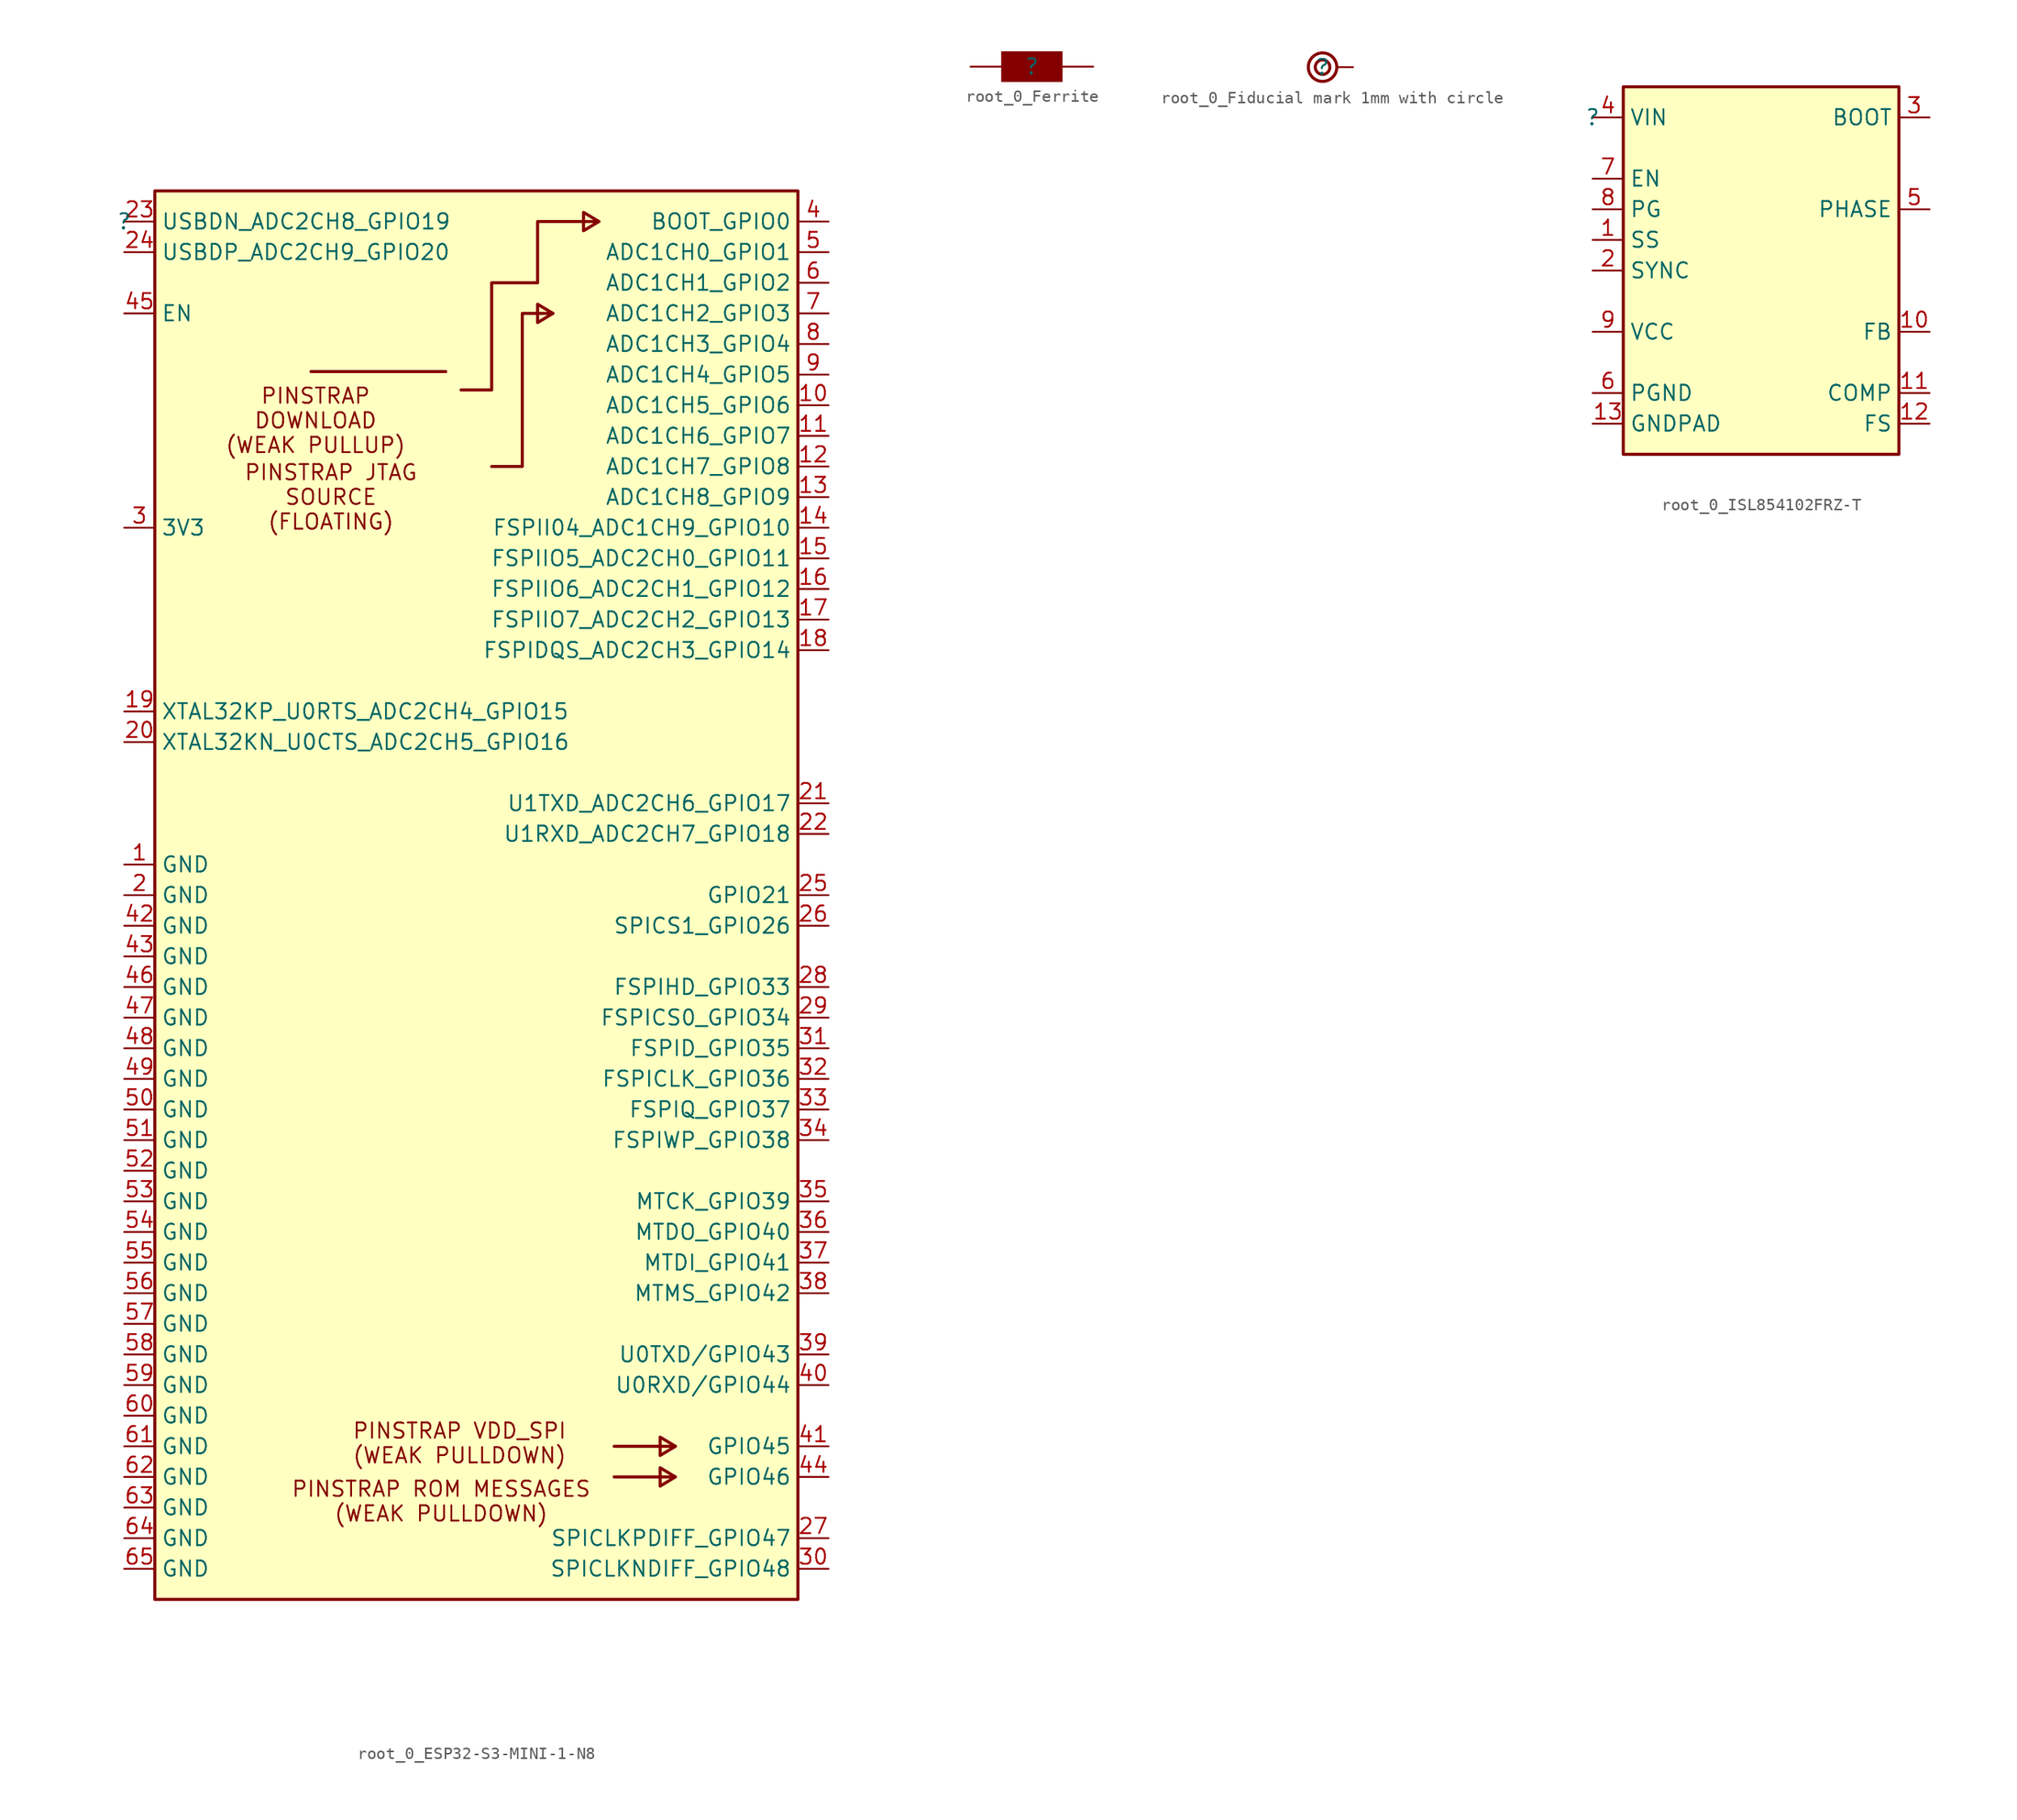
<source format=kicad_sym>
(kicad_symbol_lib
  (version 20231120)
  (generator "kicad_symbol_editor")
  (generator_version "8.0")
  (symbol "root_0_ESP32-S3-MINI-1-N8"
    (property "Reference" ""
      (at 0 0 0)
      (effects (font (size 1.27 1.27))))
    (property "Value" ""
      (at 0 0 0)
      (effects (font (size 1.27 1.27))))
    (symbol "root_0_ESP32-S3-MINI-1-N8_1_0"
      (polyline (pts (xy 15.494 -12.446) (xy 26.67 -12.446)) (stroke (width 0.254) (type solid)) (fill (type none)))
      (polyline (pts (xy 45.72 -104.14) (xy 40.64 -104.14)) (stroke (width 0.254) (type solid)) (fill (type none)))
      (polyline (pts (xy 45.72 -101.6) (xy 40.64 -101.6)) (stroke (width 0.254) (type solid)) (fill (type none)))
      (polyline (pts (xy 35.56 -7.62) (xy 33.02 -7.62) (xy 33.02 -20.32) (xy 30.48 -20.32)) (stroke (width 0.254) (type solid)) (fill (type none)))
      (polyline (pts (xy 35.56 -7.62) (xy 34.29 -6.858) (xy 34.29 -8.382) (xy 35.56 -7.62)) (stroke (width 0.254) (type solid)) (fill (type none)))
      (polyline (pts (xy 39.37 0) (xy 38.1 0.762) (xy 38.1 -0.762) (xy 39.37 0)) (stroke (width 0.254) (type solid)) (fill (type none)))
      (polyline (pts (xy 45.72 -104.14) (xy 44.45 -103.378) (xy 44.45 -104.902) (xy 45.72 -104.14)) (stroke (width 0.254) (type solid)) (fill (type none)))
      (polyline (pts (xy 45.72 -101.6) (xy 44.45 -100.838) (xy 44.45 -102.362) (xy 45.72 -101.6)) (stroke (width 0.254) (type solid)) (fill (type none)))
      (polyline (pts (xy 39.37 0) (xy 34.29 0) (xy 34.29 -5.08) (xy 30.48 -5.08) (xy 30.48 -13.97) (xy 27.94 -13.97)) (stroke (width 0.254) (type solid)) (fill (type none)))
      (rectangle (start 55.88 2.54) (end 2.54 -114.3) (stroke (width 0.254) (type solid) (color 128 0 0 1)) (fill (type background)))
      (text_box "PINSTRAP DOWNLOAD\n(WEAK PULLUP)" (at 26.67 -12.7 0) (size -21.59 -5.08) (stroke (width -0.0001) (type default)) (fill (type none)) (effects (font (size 1.27 1.27)) (justify top)))
      (text_box "PINSTRAP JTAG SOURCE\n(FLOATING)" (at 29.21 -19.05 0) (size -24.13 -5.08) (stroke (width -0.0001) (type default)) (fill (type none)) (effects (font (size 1.27 1.27)) (justify top)))
      (text_box "PINSTRAP ROM MESSAGES\n(WEAK PULLDOWN)" (at 39.878 -103.378 0) (size -27.178 -4.318) (stroke (width -0.0001) (type default)) (fill (type none)) (effects (font (size 1.27 1.27)) (justify top)))
      (text_box "PINSTRAP VDD_SPI\n(WEAK PULLDOWN)" (at 39.878 -98.552 0) (size -24.13 -5.08) (stroke (width -0.0001) (type default)) (fill (type none)) (effects (font (size 1.27 1.27)) (justify top)))
      (pin passive line (at 0 -53.34 0) (length 2.54) (name "GND" (effects (font (size 1.27 1.27)))) (number "1" (effects (font (size 1.27 1.27)))))
      (pin passive line (at 58.42 -15.24 180) (length 2.54) (name "ADC1CH5_GPIO6" (effects (font (size 1.27 1.27)))) (number "10" (effects (font (size 1.27 1.27)))))
      (pin passive line (at 58.42 -17.78 180) (length 2.54) (name "ADC1CH6_GPIO7" (effects (font (size 1.27 1.27)))) (number "11" (effects (font (size 1.27 1.27)))))
      (pin passive line (at 58.42 -20.32 180) (length 2.54) (name "ADC1CH7_GPIO8" (effects (font (size 1.27 1.27)))) (number "12" (effects (font (size 1.27 1.27)))))
      (pin passive line (at 58.42 -22.86 180) (length 2.54) (name "ADC1CH8_GPIO9" (effects (font (size 1.27 1.27)))) (number "13" (effects (font (size 1.27 1.27)))))
      (pin passive line (at 58.42 -25.4 180) (length 2.54) (name "FSPII04_ADC1CH9_GPIO10" (effects (font (size 1.27 1.27)))) (number "14" (effects (font (size 1.27 1.27)))))
      (pin passive line (at 58.42 -27.94 180) (length 2.54) (name "FSPIIO5_ADC2CH0_GPIO11" (effects (font (size 1.27 1.27)))) (number "15" (effects (font (size 1.27 1.27)))))
      (pin passive line (at 58.42 -30.48 180) (length 2.54) (name "FSPIIO6_ADC2CH1_GPIO12" (effects (font (size 1.27 1.27)))) (number "16" (effects (font (size 1.27 1.27)))))
      (pin passive line (at 58.42 -33.02 180) (length 2.54) (name "FSPIIO7_ADC2CH2_GPIO13" (effects (font (size 1.27 1.27)))) (number "17" (effects (font (size 1.27 1.27)))))
      (pin passive line (at 58.42 -35.56 180) (length 2.54) (name "FSPIDQS_ADC2CH3_GPIO14" (effects (font (size 1.27 1.27)))) (number "18" (effects (font (size 1.27 1.27)))))
      (pin passive line (at 0 -40.64 0) (length 2.54) (name "XTAL32KP_U0RTS_ADC2CH4_GPIO15" (effects (font (size 1.27 1.27)))) (number "19" (effects (font (size 1.27 1.27)))))
      (pin passive line (at 0 -55.88 0) (length 2.54) (name "GND" (effects (font (size 1.27 1.27)))) (number "2" (effects (font (size 1.27 1.27)))))
      (pin passive line (at 0 -43.18 0) (length 2.54) (name "XTAL32KN_U0CTS_ADC2CH5_GPIO16" (effects (font (size 1.27 1.27)))) (number "20" (effects (font (size 1.27 1.27)))))
      (pin passive line (at 58.42 -48.26 180) (length 2.54) (name "U1TXD_ADC2CH6_GPIO17" (effects (font (size 1.27 1.27)))) (number "21" (effects (font (size 1.27 1.27)))))
      (pin passive line (at 58.42 -50.8 180) (length 2.54) (name "U1RXD_ADC2CH7_GPIO18" (effects (font (size 1.27 1.27)))) (number "22" (effects (font (size 1.27 1.27)))))
      (pin passive line (at 0 0 0) (length 2.54) (name "USBDN_ADC2CH8_GPIO19" (effects (font (size 1.27 1.27)))) (number "23" (effects (font (size 1.27 1.27)))))
      (pin passive line (at 0 -2.54 0) (length 2.54) (name "USBDP_ADC2CH9_GPIO20" (effects (font (size 1.27 1.27)))) (number "24" (effects (font (size 1.27 1.27)))))
      (pin passive line (at 58.42 -55.88 180) (length 2.54) (name "GPIO21" (effects (font (size 1.27 1.27)))) (number "25" (effects (font (size 1.27 1.27)))))
      (pin passive line (at 58.42 -58.42 180) (length 2.54) (name "SPICS1_GPIO26" (effects (font (size 1.27 1.27)))) (number "26" (effects (font (size 1.27 1.27)))))
      (pin passive line (at 58.42 -109.22 180) (length 2.54) (name "SPICLKPDIFF_GPIO47" (effects (font (size 1.27 1.27)))) (number "27" (effects (font (size 1.27 1.27)))))
      (pin passive line (at 58.42 -63.5 180) (length 2.54) (name "FSPIHD_GPIO33" (effects (font (size 1.27 1.27)))) (number "28" (effects (font (size 1.27 1.27)))))
      (pin passive line (at 58.42 -66.04 180) (length 2.54) (name "FSPICS0_GPIO34" (effects (font (size 1.27 1.27)))) (number "29" (effects (font (size 1.27 1.27)))))
      (pin passive line (at 0 -25.4 0) (length 2.54) (name "3V3" (effects (font (size 1.27 1.27)))) (number "3" (effects (font (size 1.27 1.27)))))
      (pin passive line (at 58.42 -111.76 180) (length 2.54) (name "SPICLKNDIFF_GPIO48" (effects (font (size 1.27 1.27)))) (number "30" (effects (font (size 1.27 1.27)))))
      (pin passive line (at 58.42 -68.58 180) (length 2.54) (name "FSPID_GPIO35" (effects (font (size 1.27 1.27)))) (number "31" (effects (font (size 1.27 1.27)))))
      (pin passive line (at 58.42 -71.12 180) (length 2.54) (name "FSPICLK_GPIO36" (effects (font (size 1.27 1.27)))) (number "32" (effects (font (size 1.27 1.27)))))
      (pin passive line (at 58.42 -73.66 180) (length 2.54) (name "FSPIQ_GPIO37" (effects (font (size 1.27 1.27)))) (number "33" (effects (font (size 1.27 1.27)))))
      (pin passive line (at 58.42 -76.2 180) (length 2.54) (name "FSPIWP_GPIO38" (effects (font (size 1.27 1.27)))) (number "34" (effects (font (size 1.27 1.27)))))
      (pin passive line (at 58.42 -81.28 180) (length 2.54) (name "MTCK_GPIO39" (effects (font (size 1.27 1.27)))) (number "35" (effects (font (size 1.27 1.27)))))
      (pin passive line (at 58.42 -83.82 180) (length 2.54) (name "MTDO_GPIO40" (effects (font (size 1.27 1.27)))) (number "36" (effects (font (size 1.27 1.27)))))
      (pin passive line (at 58.42 -86.36 180) (length 2.54) (name "MTDI_GPIO41" (effects (font (size 1.27 1.27)))) (number "37" (effects (font (size 1.27 1.27)))))
      (pin passive line (at 58.42 -88.9 180) (length 2.54) (name "MTMS_GPIO42" (effects (font (size 1.27 1.27)))) (number "38" (effects (font (size 1.27 1.27)))))
      (pin passive line (at 58.42 -93.98 180) (length 2.54) (name "U0TXD/GPIO43" (effects (font (size 1.27 1.27)))) (number "39" (effects (font (size 1.27 1.27)))))
      (pin passive line (at 58.42 0 180) (length 2.54) (name "BOOT_GPIO0" (effects (font (size 1.27 1.27)))) (number "4" (effects (font (size 1.27 1.27)))))
      (pin passive line (at 58.42 -96.52 180) (length 2.54) (name "U0RXD/GPIO44" (effects (font (size 1.27 1.27)))) (number "40" (effects (font (size 1.27 1.27)))))
      (pin passive line (at 58.42 -101.6 180) (length 2.54) (name "GPIO45" (effects (font (size 1.27 1.27)))) (number "41" (effects (font (size 1.27 1.27)))))
      (pin passive line (at 0 -58.42 0) (length 2.54) (name "GND" (effects (font (size 1.27 1.27)))) (number "42" (effects (font (size 1.27 1.27)))))
      (pin passive line (at 0 -60.96 0) (length 2.54) (name "GND" (effects (font (size 1.27 1.27)))) (number "43" (effects (font (size 1.27 1.27)))))
      (pin passive line (at 58.42 -104.14 180) (length 2.54) (name "GPIO46" (effects (font (size 1.27 1.27)))) (number "44" (effects (font (size 1.27 1.27)))))
      (pin passive line (at 0 -7.62 0) (length 2.54) (name "EN" (effects (font (size 1.27 1.27)))) (number "45" (effects (font (size 1.27 1.27)))))
      (pin passive line (at 0 -63.5 0) (length 2.54) (name "GND" (effects (font (size 1.27 1.27)))) (number "46" (effects (font (size 1.27 1.27)))))
      (pin passive line (at 0 -66.04 0) (length 2.54) (name "GND" (effects (font (size 1.27 1.27)))) (number "47" (effects (font (size 1.27 1.27)))))
      (pin passive line (at 0 -68.58 0) (length 2.54) (name "GND" (effects (font (size 1.27 1.27)))) (number "48" (effects (font (size 1.27 1.27)))))
      (pin passive line (at 0 -71.12 0) (length 2.54) (name "GND" (effects (font (size 1.27 1.27)))) (number "49" (effects (font (size 1.27 1.27)))))
      (pin passive line (at 58.42 -2.54 180) (length 2.54) (name "ADC1CH0_GPIO1" (effects (font (size 1.27 1.27)))) (number "5" (effects (font (size 1.27 1.27)))))
      (pin passive line (at 0 -73.66 0) (length 2.54) (name "GND" (effects (font (size 1.27 1.27)))) (number "50" (effects (font (size 1.27 1.27)))))
      (pin passive line (at 0 -76.2 0) (length 2.54) (name "GND" (effects (font (size 1.27 1.27)))) (number "51" (effects (font (size 1.27 1.27)))))
      (pin passive line (at 0 -78.74 0) (length 2.54) (name "GND" (effects (font (size 1.27 1.27)))) (number "52" (effects (font (size 1.27 1.27)))))
      (pin passive line (at 0 -81.28 0) (length 2.54) (name "GND" (effects (font (size 1.27 1.27)))) (number "53" (effects (font (size 1.27 1.27)))))
      (pin passive line (at 0 -83.82 0) (length 2.54) (name "GND" (effects (font (size 1.27 1.27)))) (number "54" (effects (font (size 1.27 1.27)))))
      (pin passive line (at 0 -86.36 0) (length 2.54) (name "GND" (effects (font (size 1.27 1.27)))) (number "55" (effects (font (size 1.27 1.27)))))
      (pin passive line (at 0 -88.9 0) (length 2.54) (name "GND" (effects (font (size 1.27 1.27)))) (number "56" (effects (font (size 1.27 1.27)))))
      (pin passive line (at 0 -91.44 0) (length 2.54) (name "GND" (effects (font (size 1.27 1.27)))) (number "57" (effects (font (size 1.27 1.27)))))
      (pin passive line (at 0 -93.98 0) (length 2.54) (name "GND" (effects (font (size 1.27 1.27)))) (number "58" (effects (font (size 1.27 1.27)))))
      (pin passive line (at 0 -96.52 0) (length 2.54) (name "GND" (effects (font (size 1.27 1.27)))) (number "59" (effects (font (size 1.27 1.27)))))
      (pin passive line (at 58.42 -5.08 180) (length 2.54) (name "ADC1CH1_GPIO2" (effects (font (size 1.27 1.27)))) (number "6" (effects (font (size 1.27 1.27)))))
      (pin passive line (at 0 -99.06 0) (length 2.54) (name "GND" (effects (font (size 1.27 1.27)))) (number "60" (effects (font (size 1.27 1.27)))))
      (pin passive line (at 0 -101.6 0) (length 2.54) (name "GND" (effects (font (size 1.27 1.27)))) (number "61" (effects (font (size 1.27 1.27)))))
      (pin passive line (at 0 -104.14 0) (length 2.54) (name "GND" (effects (font (size 1.27 1.27)))) (number "62" (effects (font (size 1.27 1.27)))))
      (pin passive line (at 0 -106.68 0) (length 2.54) (name "GND" (effects (font (size 1.27 1.27)))) (number "63" (effects (font (size 1.27 1.27)))))
      (pin passive line (at 0 -109.22 0) (length 2.54) (name "GND" (effects (font (size 1.27 1.27)))) (number "64" (effects (font (size 1.27 1.27)))))
      (pin passive line (at 0 -111.76 0) (length 2.54) (name "GND" (effects (font (size 1.27 1.27)))) (number "65" (effects (font (size 1.27 1.27)))))
      (pin passive line (at 58.42 -7.62 180) (length 2.54) (name "ADC1CH2_GPIO3" (effects (font (size 1.27 1.27)))) (number "7" (effects (font (size 1.27 1.27)))))
      (pin passive line (at 58.42 -10.16 180) (length 2.54) (name "ADC1CH3_GPIO4" (effects (font (size 1.27 1.27)))) (number "8" (effects (font (size 1.27 1.27)))))
      (pin passive line (at 58.42 -12.7 180) (length 2.54) (name "ADC1CH4_GPIO5" (effects (font (size 1.27 1.27)))) (number "9" (effects (font (size 1.27 1.27)))))))
  (symbol "root_0_Ferrite"
    (property "Reference" ""
      (at 0 0 0)
      (effects (font (size 1.27 1.27))))
    (property "Value" ""
      (at 0 0 0)
      (effects (font (size 1.27 1.27))))
    (symbol "root_0_Ferrite_1_0"
      (rectangle (start 2.54 1.27) (end -2.54 -1.27) (stroke (width -0.0001) (type solid)) (fill (type outline)))
      (pin passive line (at -5.08 0 0) (length 2.54) (name "1" (effects (font (size 0 0)))) (number "1" (effects (font (size 0 0)))))
      (pin passive line (at 5.08 0 180) (length 2.54) (name "2" (effects (font (size 0 0)))) (number "2" (effects (font (size 0 0)))))))
  (symbol "root_0_Fiducial mark 1mm with circle"
    (property "Reference" ""
      (at 0 0 0)
      (effects (font (size 1.27 1.27))))
    (property "Value" ""
      (at 0 0 0)
      (effects (font (size 1.27 1.27))))
    (symbol "root_0_Fiducial mark 1mm with circle_1_0"
      (circle (center 0 0) (radius 0.606) (stroke (width 0.254) (type solid)) (fill (type none)))
      (circle (center 0 0) (radius 1.185) (stroke (width 0.254) (type solid)) (fill (type none)))
      (pin passive line (at 2.54 0 180) (length 1.27) (name "1" (effects (font (size 0 0)))) (number "1" (effects (font (size 0 0)))))))
  (symbol "root_0_ISL854102FRZ-T"
    (property "Reference" ""
      (at 0 0 0)
      (effects (font (size 1.27 1.27))))
    (property "Value" ""
      (at 0 0 0)
      (effects (font (size 1.27 1.27))))
    (symbol "root_0_ISL854102FRZ-T_1_0"
      (rectangle (start 25.4 2.54) (end 2.54 -27.94) (stroke (width 0.254) (type solid) (color 128 0 0 1)) (fill (type background)))
      (pin passive line (at 0 -10.16 0) (length 2.54) (name "SS" (effects (font (size 1.27 1.27)))) (number "1" (effects (font (size 1.27 1.27)))))
      (pin passive line (at 27.94 -17.78 180) (length 2.54) (name "FB" (effects (font (size 1.27 1.27)))) (number "10" (effects (font (size 1.27 1.27)))))
      (pin passive line (at 27.94 -22.86 180) (length 2.54) (name "COMP" (effects (font (size 1.27 1.27)))) (number "11" (effects (font (size 1.27 1.27)))))
      (pin passive line (at 27.94 -25.4 180) (length 2.54) (name "FS" (effects (font (size 1.27 1.27)))) (number "12" (effects (font (size 1.27 1.27)))))
      (pin power_in line (at 0 -25.4 0) (length 2.54) (name "GNDPAD" (effects (font (size 1.27 1.27)))) (number "13" (effects (font (size 1.27 1.27)))))
      (pin passive line (at 0 -12.7 0) (length 2.54) (name "SYNC" (effects (font (size 1.27 1.27)))) (number "2" (effects (font (size 1.27 1.27)))))
      (pin passive line (at 27.94 0 180) (length 2.54) (name "BOOT" (effects (font (size 1.27 1.27)))) (number "3" (effects (font (size 1.27 1.27)))))
      (pin power_in line (at 0 0 0) (length 2.54) (name "VIN" (effects (font (size 1.27 1.27)))) (number "4" (effects (font (size 1.27 1.27)))))
      (pin passive line (at 27.94 -7.62 180) (length 2.54) (name "PHASE" (effects (font (size 1.27 1.27)))) (number "5" (effects (font (size 1.27 1.27)))))
      (pin power_in line (at 0 -22.86 0) (length 2.54) (name "PGND" (effects (font (size 1.27 1.27)))) (number "6" (effects (font (size 1.27 1.27)))))
      (pin passive line (at 0 -5.08 0) (length 2.54) (name "EN" (effects (font (size 1.27 1.27)))) (number "7" (effects (font (size 1.27 1.27)))))
      (pin passive line (at 0 -7.62 0) (length 2.54) (name "PG" (effects (font (size 1.27 1.27)))) (number "8" (effects (font (size 1.27 1.27)))))
      (pin power_in line (at 0 -17.78 0) (length 2.54) (name "VCC" (effects (font (size 1.27 1.27)))) (number "9" (effects (font (size 1.27 1.27))))))))
</source>
